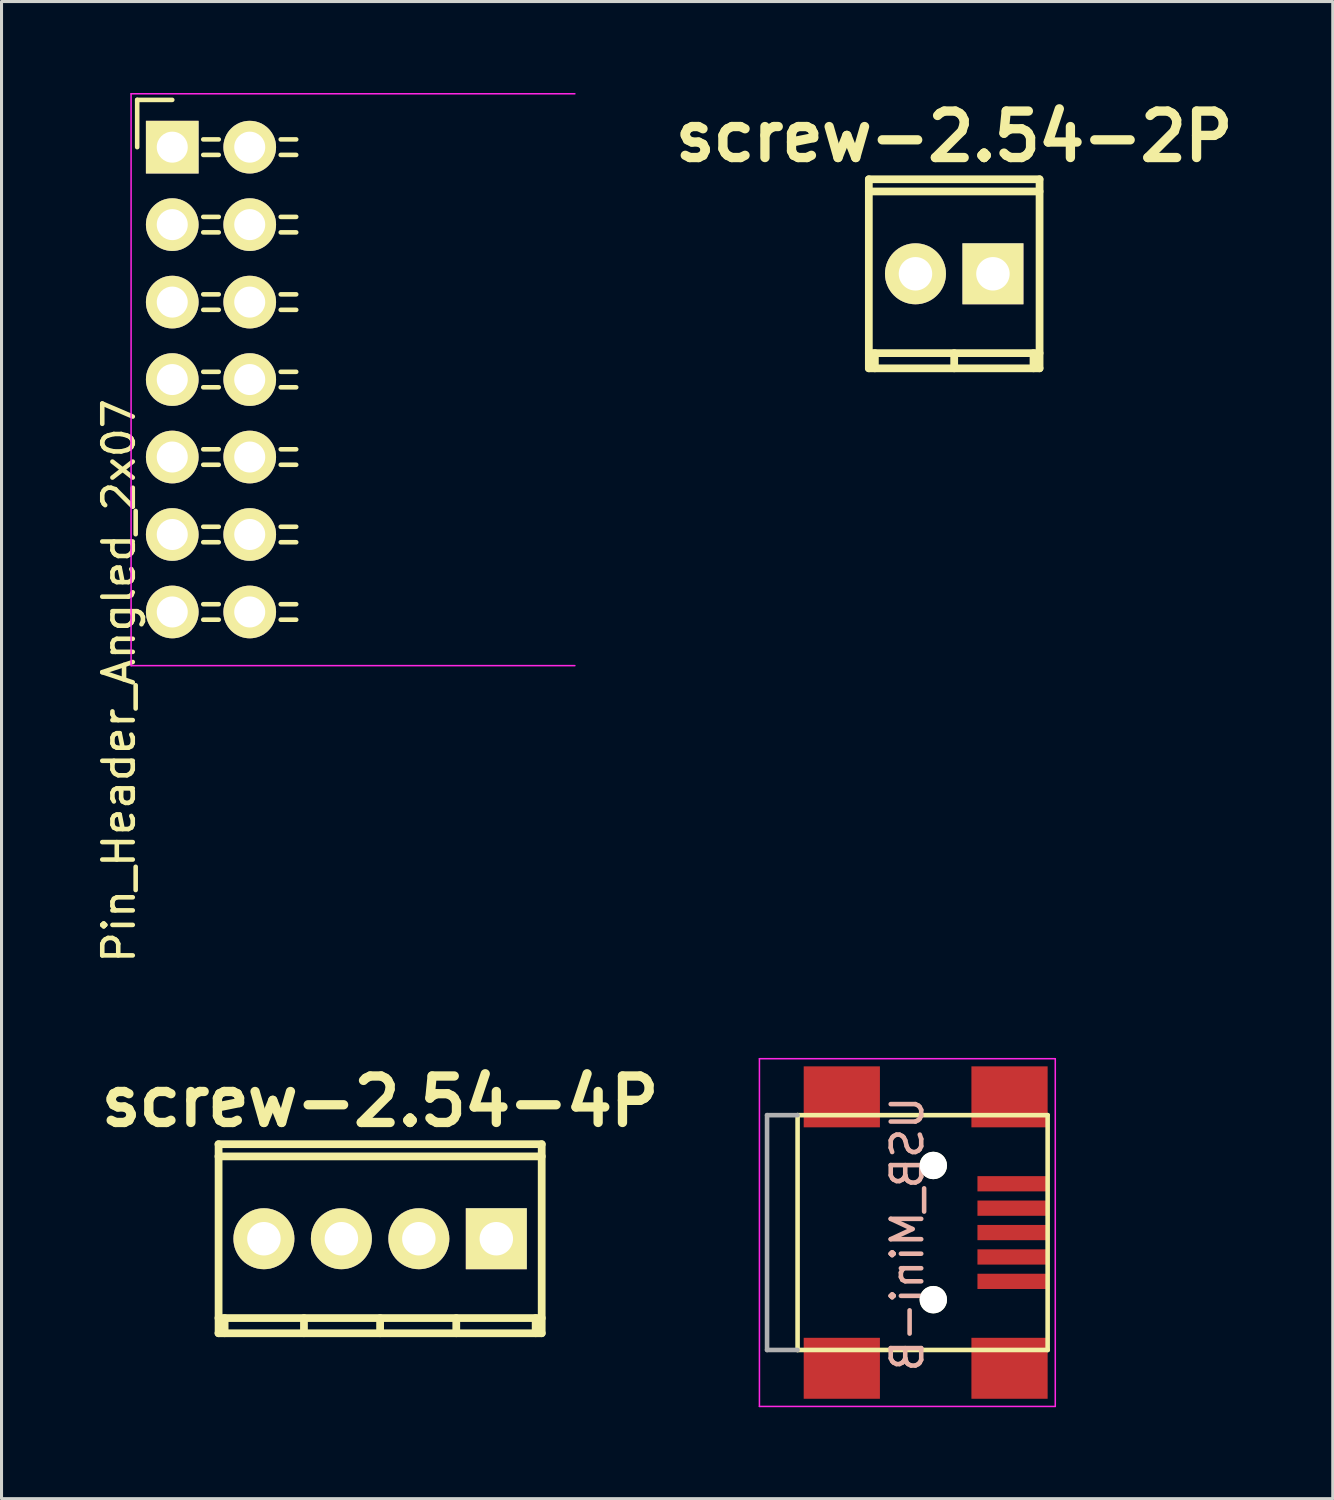
<source format=kicad_pcb>
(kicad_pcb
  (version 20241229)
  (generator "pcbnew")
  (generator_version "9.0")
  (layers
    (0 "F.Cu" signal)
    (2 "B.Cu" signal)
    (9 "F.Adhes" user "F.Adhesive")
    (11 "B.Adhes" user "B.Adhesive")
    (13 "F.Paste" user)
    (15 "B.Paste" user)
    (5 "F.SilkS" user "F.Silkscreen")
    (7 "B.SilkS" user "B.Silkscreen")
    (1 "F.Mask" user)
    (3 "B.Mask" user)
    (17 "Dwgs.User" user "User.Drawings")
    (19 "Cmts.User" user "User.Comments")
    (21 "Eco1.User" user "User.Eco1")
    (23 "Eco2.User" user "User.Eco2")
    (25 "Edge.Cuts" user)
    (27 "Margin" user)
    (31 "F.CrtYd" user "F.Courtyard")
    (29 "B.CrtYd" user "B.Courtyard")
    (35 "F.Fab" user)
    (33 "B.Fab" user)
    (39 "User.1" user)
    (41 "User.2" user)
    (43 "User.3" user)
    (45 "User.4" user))
  (footprint "screw-2.54-2P"
    (layer "F.Cu")
    (at 28.236 5.927)
    (property "Reference" "screw-2.54-2P" (at 0 -4.501 0) (layer "F.SilkS") (effects (font (size 1.524 1.524) (thickness 0.305))))
    (attr through_hole)
    (fp_line (start -2.799 -3.099) (end -2.799 3.099) (stroke (width 0.254) (type solid)) (layer "F.SilkS"))
    (fp_line (start -2.799 -2.7) (end 2.799 -2.7) (stroke (width 0.254) (type solid)) (layer "F.SilkS"))
    (fp_line (start -2.799 3.099) (end 2.799 3.099) (stroke (width 0.254) (type solid)) (layer "F.SilkS"))
    (fp_line (start -2.601 3.099) (end -2.601 2.601) (stroke (width 0.254) (type solid)) (layer "F.SilkS"))
    (fp_line (start 0 3.099) (end 0 2.601) (stroke (width 0.254) (type solid)) (layer "F.SilkS"))
    (fp_line (start 2.601 2.601) (end 2.601 3.099) (stroke (width 0.254) (type solid)) (layer "F.SilkS"))
    (fp_line (start 2.799 -3.099) (end -2.799 -3.099) (stroke (width 0.254) (type solid)) (layer "F.SilkS"))
    (fp_line (start 2.799 2.601) (end -2.799 2.601) (stroke (width 0.254) (type solid)) (layer "F.SilkS"))
    (fp_line (start 2.799 3.099) (end 2.799 -3.099) (stroke (width 0.254) (type solid)) (layer "F.SilkS"))
    (pad "1" thru_hole rect (at 1.27 0) (size 1.999 1.999) (drill 1.097) (layers "*.Cu" "*.Mask" "F.SilkS"))
    (pad "2" thru_hole oval (at -1.27 0) (size 1.999 1.999) (drill 1.097) (layers "*.Cu" "*.Mask" "F.SilkS")))
  (footprint "Pin_Header_Angled_2x07"
    (layer "F.Cu")
    (at 2.598 1.775)
    (property "Reference" "Pin_Header_Angled_2x07" (at -1.75 17.5 90) (layer "F.SilkS") (effects (font (size 1 1) (thickness 0.15))))
    (attr through_hole)
    (fp_line (start -1.15 -1.55) (end -1.15 0) (stroke (width 0.15) (type solid)) (layer "F.SilkS"))
    (fp_line (start 0 -1.55) (end -1.15 -1.55) (stroke (width 0.15) (type solid)) (layer "F.SilkS"))
    (fp_line (start 1.524 -0.254) (end 1.016 -0.254) (stroke (width 0.15) (type solid)) (layer "F.SilkS"))
    (fp_line (start 1.524 0.254) (end 1.016 0.254) (stroke (width 0.15) (type solid)) (layer "F.SilkS"))
    (fp_line (start 1.524 2.286) (end 1.016 2.286) (stroke (width 0.15) (type solid)) (layer "F.SilkS"))
    (fp_line (start 1.524 2.794) (end 1.016 2.794) (stroke (width 0.15) (type solid)) (layer "F.SilkS"))
    (fp_line (start 1.524 4.826) (end 1.016 4.826) (stroke (width 0.15) (type solid)) (layer "F.SilkS"))
    (fp_line (start 1.524 5.334) (end 1.016 5.334) (stroke (width 0.15) (type solid)) (layer "F.SilkS"))
    (fp_line (start 1.524 7.366) (end 1.016 7.366) (stroke (width 0.15) (type solid)) (layer "F.SilkS"))
    (fp_line (start 1.524 7.874) (end 1.016 7.874) (stroke (width 0.15) (type solid)) (layer "F.SilkS"))
    (fp_line (start 1.524 9.906) (end 1.016 9.906) (stroke (width 0.15) (type solid)) (layer "F.SilkS"))
    (fp_line (start 1.524 10.414) (end 1.016 10.414) (stroke (width 0.15) (type solid)) (layer "F.SilkS"))
    (fp_line (start 1.524 12.446) (end 1.016 12.446) (stroke (width 0.15) (type solid)) (layer "F.SilkS"))
    (fp_line (start 1.524 12.954) (end 1.016 12.954) (stroke (width 0.15) (type solid)) (layer "F.SilkS"))
    (fp_line (start 1.524 14.986) (end 1.016 14.986) (stroke (width 0.15) (type solid)) (layer "F.SilkS"))
    (fp_line (start 1.524 15.494) (end 1.016 15.494) (stroke (width 0.15) (type solid)) (layer "F.SilkS"))
    (fp_line (start 4.064 -0.254) (end 3.556 -0.254) (stroke (width 0.15) (type solid)) (layer "F.SilkS"))
    (fp_line (start 4.064 0.254) (end 3.556 0.254) (stroke (width 0.15) (type solid)) (layer "F.SilkS"))
    (fp_line (start 4.064 2.286) (end 3.556 2.286) (stroke (width 0.15) (type solid)) (layer "F.SilkS"))
    (fp_line (start 4.064 2.794) (end 3.556 2.794) (stroke (width 0.15) (type solid)) (layer "F.SilkS"))
    (fp_line (start 4.064 4.826) (end 3.556 4.826) (stroke (width 0.15) (type solid)) (layer "F.SilkS"))
    (fp_line (start 4.064 5.334) (end 3.556 5.334) (stroke (width 0.15) (type solid)) (layer "F.SilkS"))
    (fp_line (start 4.064 7.366) (end 3.556 7.366) (stroke (width 0.15) (type solid)) (layer "F.SilkS"))
    (fp_line (start 4.064 7.874) (end 3.556 7.874) (stroke (width 0.15) (type solid)) (layer "F.SilkS"))
    (fp_line (start 4.064 9.906) (end 3.556 9.906) (stroke (width 0.15) (type solid)) (layer "F.SilkS"))
    (fp_line (start 4.064 10.414) (end 3.556 10.414) (stroke (width 0.15) (type solid)) (layer "F.SilkS"))
    (fp_line (start 4.064 12.446) (end 3.556 12.446) (stroke (width 0.15) (type solid)) (layer "F.SilkS"))
    (fp_line (start 4.064 12.954) (end 3.556 12.954) (stroke (width 0.15) (type solid)) (layer "F.SilkS"))
    (fp_line (start 4.064 14.986) (end 3.556 14.986) (stroke (width 0.15) (type solid)) (layer "F.SilkS"))
    (fp_line (start 4.064 15.494) (end 3.556 15.494) (stroke (width 0.15) (type solid)) (layer "F.SilkS"))
    (fp_line (start -1.35 -1.75) (end -1.35 17) (stroke (width 0.05) (type solid)) (layer "F.CrtYd"))
    (fp_line (start -1.35 -1.75) (end 13.2 -1.75) (stroke (width 0.05) (type solid)) (layer "F.CrtYd"))
    (fp_line (start -1.35 17) (end 13.2 17) (stroke (width 0.05) (type solid)) (layer "F.CrtYd"))
    (pad "1" thru_hole rect (at 0 0) (size 1.727 1.727) (drill 1.016) (layers "*.Cu" "*.Mask" "F.SilkS"))
    (pad "2" thru_hole oval (at 2.54 0) (size 1.727 1.727) (drill 1.016) (layers "*.Cu" "*.Mask" "F.SilkS"))
    (pad "3" thru_hole oval (at 0 2.54) (size 1.727 1.727) (drill 1.016) (layers "*.Cu" "*.Mask" "F.SilkS"))
    (pad "4" thru_hole oval (at 2.54 2.54) (size 1.727 1.727) (drill 1.016) (layers "*.Cu" "*.Mask" "F.SilkS"))
    (pad "5" thru_hole oval (at 0 5.08) (size 1.727 1.727) (drill 1.016) (layers "*.Cu" "*.Mask" "F.SilkS"))
    (pad "6" thru_hole oval (at 2.54 5.08) (size 1.727 1.727) (drill 1.016) (layers "*.Cu" "*.Mask" "F.SilkS"))
    (pad "7" thru_hole oval (at 0 7.62) (size 1.727 1.727) (drill 1.016) (layers "*.Cu" "*.Mask" "F.SilkS"))
    (pad "8" thru_hole oval (at 2.54 7.62) (size 1.727 1.727) (drill 1.016) (layers "*.Cu" "*.Mask" "F.SilkS"))
    (pad "9" thru_hole oval (at 0 10.16) (size 1.727 1.727) (drill 1.016) (layers "*.Cu" "*.Mask" "F.SilkS"))
    (pad "10" thru_hole oval (at 2.54 10.16) (size 1.727 1.727) (drill 1.016) (layers "*.Cu" "*.Mask" "F.SilkS"))
    (pad "11" thru_hole oval (at 0 12.7) (size 1.727 1.727) (drill 1.016) (layers "*.Cu" "*.Mask" "F.SilkS"))
    (pad "12" thru_hole oval (at 2.54 12.7) (size 1.727 1.727) (drill 1.016) (layers "*.Cu" "*.Mask" "F.SilkS"))
    (pad "13" thru_hole oval (at 0 15.24) (size 1.727 1.727) (drill 1.016) (layers "*.Cu" "*.Mask" "F.SilkS"))
    (pad "14" thru_hole oval (at 2.54 15.24) (size 1.727 1.727) (drill 1.016) (layers "*.Cu" "*.Mask" "F.SilkS")))
  (footprint "screw-2.54-4P"
    (layer "F.Cu")
    (at 9.413 37.565)
    (property "Reference" "screw-2.54-4P" (at 0 -4.501 0) (layer "F.SilkS") (effects (font (size 1.524 1.524) (thickness 0.305))))
    (attr through_hole)
    (fp_line (start -5.301 -2.7) (end 5.301 -2.7) (stroke (width 0.254) (type solid)) (layer "F.SilkS"))
    (fp_line (start -5.301 2.601) (end 5.301 2.601) (stroke (width 0.254) (type solid)) (layer "F.SilkS"))
    (fp_line (start -5.296 -3.099) (end -5.296 3.099) (stroke (width 0.254) (type solid)) (layer "F.SilkS"))
    (fp_line (start -5.098 3.099) (end -5.098 2.601) (stroke (width 0.254) (type solid)) (layer "F.SilkS"))
    (fp_line (start -2.497 3.099) (end -2.497 2.601) (stroke (width 0.254) (type solid)) (layer "F.SilkS"))
    (fp_line (start 0 2.601) (end 0 3.099) (stroke (width 0.254) (type solid)) (layer "F.SilkS"))
    (fp_line (start 2.497 2.601) (end 2.497 3.099) (stroke (width 0.254) (type solid)) (layer "F.SilkS"))
    (fp_line (start 5.1 2.601) (end 5.1 3.099) (stroke (width 0.254) (type solid)) (layer "F.SilkS"))
    (fp_line (start 5.298 3.099) (end 5.298 -3.099) (stroke (width 0.254) (type solid)) (layer "F.SilkS"))
    (fp_line (start 5.301 -3.099) (end -5.301 -3.099) (stroke (width 0.254) (type solid)) (layer "F.SilkS"))
    (fp_line (start 5.301 3.099) (end -5.301 3.099) (stroke (width 0.254) (type solid)) (layer "F.SilkS"))
    (pad "1" thru_hole rect (at 3.81 0) (size 1.999 1.999) (drill 1.097) (layers "*.Cu" "*.Mask" "F.SilkS"))
    (pad "2" thru_hole oval (at 1.27 0) (size 1.999 1.999) (drill 1.097) (layers "*.Cu" "*.Mask" "F.SilkS"))
    (pad "3" thru_hole oval (at -1.27 0) (size 1.999 1.999) (drill 1.097) (layers "*.Cu" "*.Mask" "F.SilkS"))
    (pad "4" thru_hole oval (at -3.81 0) (size 1.999 1.999) (drill 1.097) (layers "*.Cu" "*.Mask" "F.SilkS")))
  (footprint "USB_Mini-B"
    (layer "F.Cu")
    (at 26.7 37.363)
    (property "Reference" "USB_Mini-B" (at 0 0.05 90) (layer "B.SilkS") (effects (font (size 1 1) (thickness 0.15)) (justify mirror)))
    (attr smd)
    (fp_line (start -3.6 -3.85) (end 4.6 -3.85) (stroke (width 0.15) (type solid)) (layer "F.SilkS"))
    (fp_line (start -3.599 -3.851) (end -3.599 3.851) (stroke (width 0.15) (type solid)) (layer "F.SilkS"))
    (fp_line (start 4.6 3.851) (end 4.6 -3.851) (stroke (width 0.15) (type solid)) (layer "F.SilkS"))
    (fp_line (start 4.6 3.85) (end -3.6 3.85) (stroke (width 0.15) (type solid)) (layer "F.SilkS"))
    (fp_line (start -4.85 -5.7) (end 4.85 -5.7) (stroke (width 0.05) (type solid)) (layer "F.CrtYd"))
    (fp_line (start -4.85 5.7) (end -4.85 -5.7) (stroke (width 0.05) (type solid)) (layer "F.CrtYd"))
    (fp_line (start 4.85 -5.7) (end 4.85 5.7) (stroke (width 0.05) (type solid)) (layer "F.CrtYd"))
    (fp_line (start 4.85 5.7) (end -4.85 5.7) (stroke (width 0.05) (type solid)) (layer "F.CrtYd"))
    (fp_line (start -4.6 -3.85) (end -3.6 -3.85) (stroke (width 0.15) (type solid)) (layer "F.Fab"))
    (fp_line (start -4.6 3.85) (end -3.6 3.85) (stroke (width 0.15) (type solid)) (layer "F.Fab"))
    (fp_line (start -4.6 -3.851) (end -4.6 3.851) (stroke (width 0.15) (type solid)) (layer "F.Fab"))
    (pad "" np_thru_hole circle (at 0.851 -2.2) (size 0.899 0.899) (drill 0.899) (layers "*.Cu" "*.Mask" "F.SilkS"))
    (pad "" np_thru_hole circle (at 0.851 2.2) (size 0.899 0.899) (drill 0.899) (layers "*.Cu" "*.Mask" "F.SilkS"))
    (pad "1" smd rect (at 3.449 -1.6) (size 2.301 0.5) (layers "F.Cu" "F.Mask" "F.Paste"))
    (pad "2" smd rect (at 3.449 -0.8) (size 2.301 0.5) (layers "F.Cu" "F.Mask" "F.Paste"))
    (pad "3" smd rect (at 3.449 0) (size 2.301 0.5) (layers "F.Cu" "F.Mask" "F.Paste"))
    (pad "4" smd rect (at 3.449 0.8) (size 2.301 0.5) (layers "F.Cu" "F.Mask" "F.Paste"))
    (pad "5" smd rect (at 3.449 1.6) (size 2.301 0.5) (layers "F.Cu" "F.Mask" "F.Paste"))
    (pad "6" smd rect (at -2.149 -4.45) (size 2.499 1.999) (layers "F.Cu" "F.Mask" "F.Paste"))
    (pad "6" smd rect (at -2.149 4.45) (size 2.499 1.999) (layers "F.Cu" "F.Mask" "F.Paste"))
    (pad "6" smd rect (at 3.35 -4.45) (size 2.499 1.999) (layers "F.Cu" "F.Mask" "F.Paste"))
    (pad "6" smd rect (at 3.35 4.45) (size 2.499 1.999) (layers "F.Cu" "F.Mask" "F.Paste")))
  (gr_rect
    (start -3 -3)
    (end 40.648 46.088)
    (stroke (width 0.1) (type default))
    (fill no)
    (layer "Edge.Cuts")))
</source>
